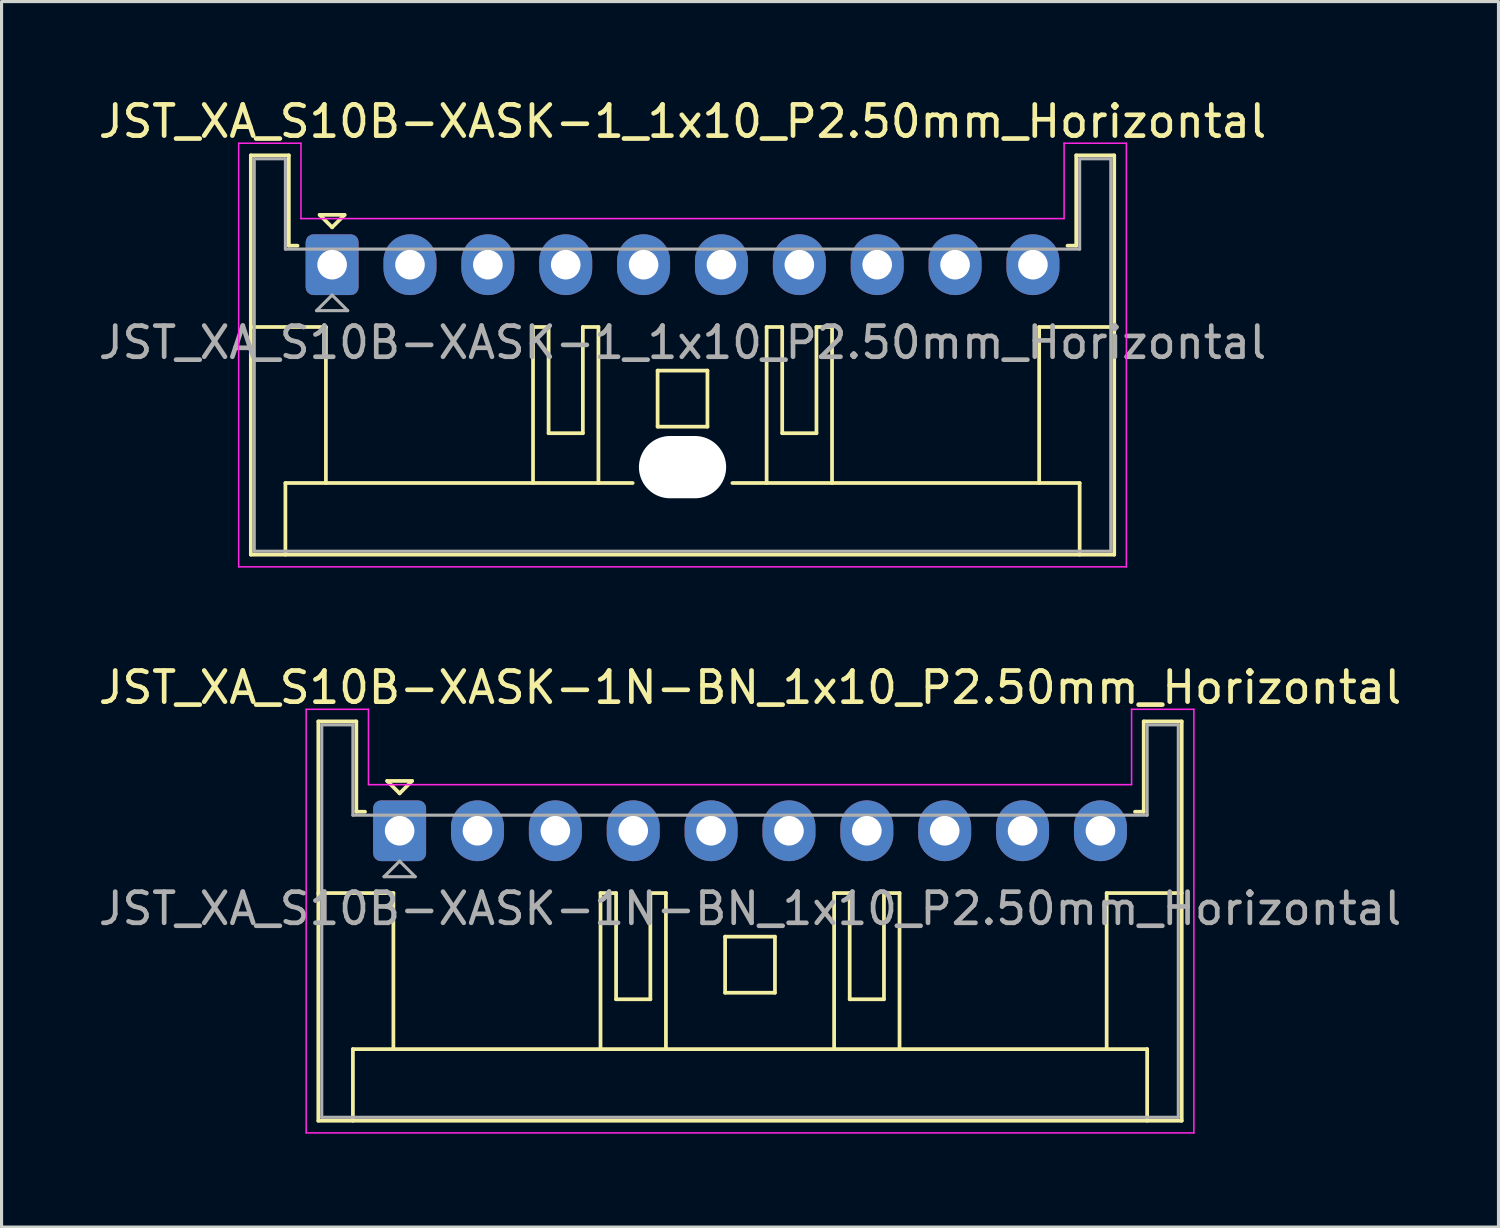
<source format=kicad_pcb>
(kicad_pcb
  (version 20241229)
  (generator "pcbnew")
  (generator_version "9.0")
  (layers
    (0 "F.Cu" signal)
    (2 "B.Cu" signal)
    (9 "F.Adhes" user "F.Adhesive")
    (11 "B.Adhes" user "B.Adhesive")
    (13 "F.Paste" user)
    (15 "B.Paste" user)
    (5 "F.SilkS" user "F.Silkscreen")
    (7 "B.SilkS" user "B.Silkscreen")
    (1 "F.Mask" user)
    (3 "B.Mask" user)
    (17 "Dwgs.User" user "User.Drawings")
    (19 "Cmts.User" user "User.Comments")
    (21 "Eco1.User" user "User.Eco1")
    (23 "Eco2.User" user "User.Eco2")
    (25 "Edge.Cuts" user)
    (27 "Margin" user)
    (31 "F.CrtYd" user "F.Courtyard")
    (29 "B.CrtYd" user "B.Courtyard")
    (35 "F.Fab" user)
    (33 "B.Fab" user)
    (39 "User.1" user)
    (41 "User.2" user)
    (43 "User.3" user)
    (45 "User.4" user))
  (footprint "JST_XA_S10B-XASK-1_1x10_P2.50mm_Horizontal"
    (layer "F.Cu")
    (at 7.613 5.448)
    (property "Reference" "JST_XA_S10B-XASK-1_1x10_P2.50mm_Horizontal" (at 11.25 -4.6 0) (layer "F.SilkS") (effects (font (size 1 1) (thickness 0.15))))
    (attr through_hole)
    (fp_line (start -2.61 -3.51) (end -2.61 9.31) (stroke (width 0.12) (type solid)) (layer "F.SilkS"))
    (fp_line (start -2.61 9.31) (end 25.11 9.31) (stroke (width 0.12) (type solid)) (layer "F.SilkS"))
    (fp_line (start -1.5 7.01) (end 9.65 7.01) (stroke (width 0.12) (type solid)) (layer "F.SilkS"))
    (fp_line (start -1.5 9.31) (end -1.5 7.01) (stroke (width 0.12) (type solid)) (layer "F.SilkS"))
    (fp_line (start -1.39 -3.51) (end -2.61 -3.51) (stroke (width 0.12) (type solid)) (layer "F.SilkS"))
    (fp_line (start -1.39 -0.61) (end -1.39 -3.51) (stroke (width 0.12) (type solid)) (layer "F.SilkS"))
    (fp_line (start -1.11 -0.61) (end -1.39 -0.61) (stroke (width 0.12) (type solid)) (layer "F.SilkS"))
    (fp_line (start -0.4 -1.6) (end 0.4 -1.6) (stroke (width 0.12) (type solid)) (layer "F.SilkS"))
    (fp_line (start -0.2 2) (end -2.61 2) (stroke (width 0.12) (type solid)) (layer "F.SilkS"))
    (fp_line (start -0.2 7.01) (end -0.2 2) (stroke (width 0.12) (type solid)) (layer "F.SilkS"))
    (fp_line (start 0 -1.2) (end -0.4 -1.6) (stroke (width 0.12) (type solid)) (layer "F.SilkS"))
    (fp_line (start 0.4 -1.6) (end 0 -1.2) (stroke (width 0.12) (type solid)) (layer "F.SilkS"))
    (fp_line (start 6.45 2) (end 6.45 7.01) (stroke (width 0.12) (type solid)) (layer "F.SilkS"))
    (fp_line (start 6.95 2) (end 6.45 2) (stroke (width 0.12) (type solid)) (layer "F.SilkS"))
    (fp_line (start 6.95 5.41) (end 6.95 2) (stroke (width 0.12) (type solid)) (layer "F.SilkS"))
    (fp_line (start 8.05 2) (end 8.05 5.41) (stroke (width 0.12) (type solid)) (layer "F.SilkS"))
    (fp_line (start 8.05 5.41) (end 6.95 5.41) (stroke (width 0.12) (type solid)) (layer "F.SilkS"))
    (fp_line (start 8.55 2) (end 8.05 2) (stroke (width 0.12) (type solid)) (layer "F.SilkS"))
    (fp_line (start 8.55 7.01) (end 8.55 2) (stroke (width 0.12) (type solid)) (layer "F.SilkS"))
    (fp_line (start 10.45 3.4) (end 12.05 3.4) (stroke (width 0.12) (type solid)) (layer "F.SilkS"))
    (fp_line (start 10.45 5.2) (end 10.45 3.4) (stroke (width 0.12) (type solid)) (layer "F.SilkS"))
    (fp_line (start 12.05 3.4) (end 12.05 5.2) (stroke (width 0.12) (type solid)) (layer "F.SilkS"))
    (fp_line (start 12.05 5.2) (end 10.45 5.2) (stroke (width 0.12) (type solid)) (layer "F.SilkS"))
    (fp_line (start 12.85 7.01) (end 24 7.01) (stroke (width 0.12) (type solid)) (layer "F.SilkS"))
    (fp_line (start 13.95 2) (end 14.45 2) (stroke (width 0.12) (type solid)) (layer "F.SilkS"))
    (fp_line (start 13.95 7.01) (end 13.95 2) (stroke (width 0.12) (type solid)) (layer "F.SilkS"))
    (fp_line (start 14.45 2) (end 14.45 5.41) (stroke (width 0.12) (type solid)) (layer "F.SilkS"))
    (fp_line (start 14.45 5.41) (end 15.55 5.41) (stroke (width 0.12) (type solid)) (layer "F.SilkS"))
    (fp_line (start 15.55 2) (end 16.05 2) (stroke (width 0.12) (type solid)) (layer "F.SilkS"))
    (fp_line (start 15.55 5.41) (end 15.55 2) (stroke (width 0.12) (type solid)) (layer "F.SilkS"))
    (fp_line (start 16.05 2) (end 16.05 7.01) (stroke (width 0.12) (type solid)) (layer "F.SilkS"))
    (fp_line (start 22.7 2) (end 25.11 2) (stroke (width 0.12) (type solid)) (layer "F.SilkS"))
    (fp_line (start 22.7 7.01) (end 22.7 2) (stroke (width 0.12) (type solid)) (layer "F.SilkS"))
    (fp_line (start 23.89 -3.51) (end 23.89 -0.61) (stroke (width 0.12) (type solid)) (layer "F.SilkS"))
    (fp_line (start 23.89 -0.61) (end 23.61 -0.61) (stroke (width 0.12) (type solid)) (layer "F.SilkS"))
    (fp_line (start 24 7.01) (end 24 9.31) (stroke (width 0.12) (type solid)) (layer "F.SilkS"))
    (fp_line (start 25.11 -3.51) (end 23.89 -3.51) (stroke (width 0.12) (type solid)) (layer "F.SilkS"))
    (fp_line (start 25.11 9.31) (end 25.11 -3.51) (stroke (width 0.12) (type solid)) (layer "F.SilkS"))
    (fp_line (start -3 -3.9) (end -3 9.7) (stroke (width 0.05) (type solid)) (layer "F.CrtYd"))
    (fp_line (start -3 9.7) (end 25.5 9.7) (stroke (width 0.05) (type solid)) (layer "F.CrtYd"))
    (fp_line (start -1 -3.9) (end -3 -3.9) (stroke (width 0.05) (type solid)) (layer "F.CrtYd"))
    (fp_line (start -1 -1.48) (end -1 -3.9) (stroke (width 0.05) (type solid)) (layer "F.CrtYd"))
    (fp_line (start 23.5 -3.9) (end 23.5 -1.48) (stroke (width 0.05) (type solid)) (layer "F.CrtYd"))
    (fp_line (start 23.5 -1.48) (end -1 -1.48) (stroke (width 0.05) (type solid)) (layer "F.CrtYd"))
    (fp_line (start 25.5 -3.9) (end 23.5 -3.9) (stroke (width 0.05) (type solid)) (layer "F.CrtYd"))
    (fp_line (start 25.5 9.7) (end 25.5 -3.9) (stroke (width 0.05) (type solid)) (layer "F.CrtYd"))
    (fp_line (start -2.5 -3.4) (end -2.5 9.2) (stroke (width 0.1) (type solid)) (layer "F.Fab"))
    (fp_line (start -2.5 9.2) (end 25 9.2) (stroke (width 0.1) (type solid)) (layer "F.Fab"))
    (fp_line (start -1.5 -3.4) (end -2.5 -3.4) (stroke (width 0.1) (type solid)) (layer "F.Fab"))
    (fp_line (start -1.5 -0.5) (end -1.5 -3.4) (stroke (width 0.1) (type solid)) (layer "F.Fab"))
    (fp_line (start -0.5 1.475) (end 0.5 1.475) (stroke (width 0.1) (type solid)) (layer "F.Fab"))
    (fp_line (start 0 0.975) (end -0.5 1.475) (stroke (width 0.1) (type solid)) (layer "F.Fab"))
    (fp_line (start 0.5 1.475) (end 0 0.975) (stroke (width 0.1) (type solid)) (layer "F.Fab"))
    (fp_line (start 24 -3.4) (end 24 -0.5) (stroke (width 0.1) (type solid)) (layer "F.Fab"))
    (fp_line (start 24 -0.5) (end -1.5 -0.5) (stroke (width 0.1) (type solid)) (layer "F.Fab"))
    (fp_line (start 25 -3.4) (end 24 -3.4) (stroke (width 0.1) (type solid)) (layer "F.Fab"))
    (fp_line (start 25 9.2) (end 25 -3.4) (stroke (width 0.1) (type solid)) (layer "F.Fab"))
    (fp_text user "${REFERENCE}" (at 11.25 2.5 0) (layer "F.Fab") (effects (font (size 1 1) (thickness 0.15))))
    (pad "" np_thru_hole oval (at 11.25 6.5) (size 2.8 2) (drill oval 2.8 2) (layers "*.Cu" "*.Mask"))
    (pad "1" thru_hole roundrect (at 0 0) (size 1.7 1.95) (drill 0.95) (layers "*.Cu" "*.Mask") (roundrect_rratio 0.147))
    (pad "2" thru_hole oval (at 2.5 0) (size 1.7 1.95) (drill 0.95) (layers "*.Cu" "*.Mask"))
    (pad "3" thru_hole oval (at 5 0) (size 1.7 1.95) (drill 0.95) (layers "*.Cu" "*.Mask"))
    (pad "4" thru_hole oval (at 7.5 0) (size 1.7 1.95) (drill 0.95) (layers "*.Cu" "*.Mask"))
    (pad "5" thru_hole oval (at 10 0) (size 1.7 1.95) (drill 0.95) (layers "*.Cu" "*.Mask"))
    (pad "6" thru_hole oval (at 12.5 0) (size 1.7 1.95) (drill 0.95) (layers "*.Cu" "*.Mask"))
    (pad "7" thru_hole oval (at 15 0) (size 1.7 1.95) (drill 0.95) (layers "*.Cu" "*.Mask"))
    (pad "8" thru_hole oval (at 17.5 0) (size 1.7 1.95) (drill 0.95) (layers "*.Cu" "*.Mask"))
    (pad "9" thru_hole oval (at 20 0) (size 1.7 1.95) (drill 0.95) (layers "*.Cu" "*.Mask"))
    (pad "10" thru_hole oval (at 22.5 0) (size 1.7 1.95) (drill 0.95) (layers "*.Cu" "*.Mask")))
  (footprint "JST_XA_S10B-XASK-1N-BN_1x10_P2.50mm_Horizontal"
    (layer "F.Cu")
    (at 9.78 23.622)
    (property "Reference" "JST_XA_S10B-XASK-1N-BN_1x10_P2.50mm_Horizontal" (at 11.25 -4.6 0) (layer "F.SilkS") (effects (font (size 1 1) (thickness 0.15))))
    (attr through_hole)
    (fp_line (start -2.61 -3.51) (end -2.61 9.31) (stroke (width 0.12) (type solid)) (layer "F.SilkS"))
    (fp_line (start -2.61 9.31) (end 25.11 9.31) (stroke (width 0.12) (type solid)) (layer "F.SilkS"))
    (fp_line (start -1.5 7.01) (end 24 7.01) (stroke (width 0.12) (type solid)) (layer "F.SilkS"))
    (fp_line (start -1.5 9.31) (end -1.5 7.01) (stroke (width 0.12) (type solid)) (layer "F.SilkS"))
    (fp_line (start -1.39 -3.51) (end -2.61 -3.51) (stroke (width 0.12) (type solid)) (layer "F.SilkS"))
    (fp_line (start -1.39 -0.61) (end -1.39 -3.51) (stroke (width 0.12) (type solid)) (layer "F.SilkS"))
    (fp_line (start -1.11 -0.61) (end -1.39 -0.61) (stroke (width 0.12) (type solid)) (layer "F.SilkS"))
    (fp_line (start -0.4 -1.6) (end 0.4 -1.6) (stroke (width 0.12) (type solid)) (layer "F.SilkS"))
    (fp_line (start -0.2 2) (end -2.61 2) (stroke (width 0.12) (type solid)) (layer "F.SilkS"))
    (fp_line (start -0.2 7.01) (end -0.2 2) (stroke (width 0.12) (type solid)) (layer "F.SilkS"))
    (fp_line (start 0 -1.2) (end -0.4 -1.6) (stroke (width 0.12) (type solid)) (layer "F.SilkS"))
    (fp_line (start 0.4 -1.6) (end 0 -1.2) (stroke (width 0.12) (type solid)) (layer "F.SilkS"))
    (fp_line (start 6.45 2) (end 6.45 7.01) (stroke (width 0.12) (type solid)) (layer "F.SilkS"))
    (fp_line (start 6.95 2) (end 6.45 2) (stroke (width 0.12) (type solid)) (layer "F.SilkS"))
    (fp_line (start 6.95 5.41) (end 6.95 2) (stroke (width 0.12) (type solid)) (layer "F.SilkS"))
    (fp_line (start 8.05 2) (end 8.05 5.41) (stroke (width 0.12) (type solid)) (layer "F.SilkS"))
    (fp_line (start 8.05 5.41) (end 6.95 5.41) (stroke (width 0.12) (type solid)) (layer "F.SilkS"))
    (fp_line (start 8.55 2) (end 8.05 2) (stroke (width 0.12) (type solid)) (layer "F.SilkS"))
    (fp_line (start 8.55 7.01) (end 8.55 2) (stroke (width 0.12) (type solid)) (layer "F.SilkS"))
    (fp_line (start 10.45 3.4) (end 12.05 3.4) (stroke (width 0.12) (type solid)) (layer "F.SilkS"))
    (fp_line (start 10.45 5.2) (end 10.45 3.4) (stroke (width 0.12) (type solid)) (layer "F.SilkS"))
    (fp_line (start 12.05 3.4) (end 12.05 5.2) (stroke (width 0.12) (type solid)) (layer "F.SilkS"))
    (fp_line (start 12.05 5.2) (end 10.45 5.2) (stroke (width 0.12) (type solid)) (layer "F.SilkS"))
    (fp_line (start 13.95 2) (end 14.45 2) (stroke (width 0.12) (type solid)) (layer "F.SilkS"))
    (fp_line (start 13.95 7.01) (end 13.95 2) (stroke (width 0.12) (type solid)) (layer "F.SilkS"))
    (fp_line (start 14.45 2) (end 14.45 5.41) (stroke (width 0.12) (type solid)) (layer "F.SilkS"))
    (fp_line (start 14.45 5.41) (end 15.55 5.41) (stroke (width 0.12) (type solid)) (layer "F.SilkS"))
    (fp_line (start 15.55 2) (end 16.05 2) (stroke (width 0.12) (type solid)) (layer "F.SilkS"))
    (fp_line (start 15.55 5.41) (end 15.55 2) (stroke (width 0.12) (type solid)) (layer "F.SilkS"))
    (fp_line (start 16.05 2) (end 16.05 7.01) (stroke (width 0.12) (type solid)) (layer "F.SilkS"))
    (fp_line (start 22.7 2) (end 25.11 2) (stroke (width 0.12) (type solid)) (layer "F.SilkS"))
    (fp_line (start 22.7 7.01) (end 22.7 2) (stroke (width 0.12) (type solid)) (layer "F.SilkS"))
    (fp_line (start 23.89 -3.51) (end 23.89 -0.61) (stroke (width 0.12) (type solid)) (layer "F.SilkS"))
    (fp_line (start 23.89 -0.61) (end 23.61 -0.61) (stroke (width 0.12) (type solid)) (layer "F.SilkS"))
    (fp_line (start 24 7.01) (end 24 9.31) (stroke (width 0.12) (type solid)) (layer "F.SilkS"))
    (fp_line (start 25.11 -3.51) (end 23.89 -3.51) (stroke (width 0.12) (type solid)) (layer "F.SilkS"))
    (fp_line (start 25.11 9.31) (end 25.11 -3.51) (stroke (width 0.12) (type solid)) (layer "F.SilkS"))
    (fp_line (start -3 -3.9) (end -3 9.7) (stroke (width 0.05) (type solid)) (layer "F.CrtYd"))
    (fp_line (start -3 9.7) (end 25.5 9.7) (stroke (width 0.05) (type solid)) (layer "F.CrtYd"))
    (fp_line (start -1 -3.9) (end -3 -3.9) (stroke (width 0.05) (type solid)) (layer "F.CrtYd"))
    (fp_line (start -1 -1.48) (end -1 -3.9) (stroke (width 0.05) (type solid)) (layer "F.CrtYd"))
    (fp_line (start 23.5 -3.9) (end 23.5 -1.48) (stroke (width 0.05) (type solid)) (layer "F.CrtYd"))
    (fp_line (start 23.5 -1.48) (end -1 -1.48) (stroke (width 0.05) (type solid)) (layer "F.CrtYd"))
    (fp_line (start 25.5 -3.9) (end 23.5 -3.9) (stroke (width 0.05) (type solid)) (layer "F.CrtYd"))
    (fp_line (start 25.5 9.7) (end 25.5 -3.9) (stroke (width 0.05) (type solid)) (layer "F.CrtYd"))
    (fp_line (start -2.5 -3.4) (end -2.5 9.2) (stroke (width 0.1) (type solid)) (layer "F.Fab"))
    (fp_line (start -2.5 9.2) (end 25 9.2) (stroke (width 0.1) (type solid)) (layer "F.Fab"))
    (fp_line (start -1.5 -3.4) (end -2.5 -3.4) (stroke (width 0.1) (type solid)) (layer "F.Fab"))
    (fp_line (start -1.5 -0.5) (end -1.5 -3.4) (stroke (width 0.1) (type solid)) (layer "F.Fab"))
    (fp_line (start -0.5 1.475) (end 0.5 1.475) (stroke (width 0.1) (type solid)) (layer "F.Fab"))
    (fp_line (start 0 0.975) (end -0.5 1.475) (stroke (width 0.1) (type solid)) (layer "F.Fab"))
    (fp_line (start 0.5 1.475) (end 0 0.975) (stroke (width 0.1) (type solid)) (layer "F.Fab"))
    (fp_line (start 24 -3.4) (end 24 -0.5) (stroke (width 0.1) (type solid)) (layer "F.Fab"))
    (fp_line (start 24 -0.5) (end -1.5 -0.5) (stroke (width 0.1) (type solid)) (layer "F.Fab"))
    (fp_line (start 25 -3.4) (end 24 -3.4) (stroke (width 0.1) (type solid)) (layer "F.Fab"))
    (fp_line (start 25 9.2) (end 25 -3.4) (stroke (width 0.1) (type solid)) (layer "F.Fab"))
    (fp_text user "${REFERENCE}" (at 11.25 2.5 0) (layer "F.Fab") (effects (font (size 1 1) (thickness 0.15))))
    (pad "1" thru_hole roundrect (at 0 0) (size 1.7 1.95) (drill 0.95) (layers "*.Cu" "*.Mask") (roundrect_rratio 0.147))
    (pad "2" thru_hole oval (at 2.5 0) (size 1.7 1.95) (drill 0.95) (layers "*.Cu" "*.Mask"))
    (pad "3" thru_hole oval (at 5 0) (size 1.7 1.95) (drill 0.95) (layers "*.Cu" "*.Mask"))
    (pad "4" thru_hole oval (at 7.5 0) (size 1.7 1.95) (drill 0.95) (layers "*.Cu" "*.Mask"))
    (pad "5" thru_hole oval (at 10 0) (size 1.7 1.95) (drill 0.95) (layers "*.Cu" "*.Mask"))
    (pad "6" thru_hole oval (at 12.5 0) (size 1.7 1.95) (drill 0.95) (layers "*.Cu" "*.Mask"))
    (pad "7" thru_hole oval (at 15 0) (size 1.7 1.95) (drill 0.95) (layers "*.Cu" "*.Mask"))
    (pad "8" thru_hole oval (at 17.5 0) (size 1.7 1.95) (drill 0.95) (layers "*.Cu" "*.Mask"))
    (pad "9" thru_hole oval (at 20 0) (size 1.7 1.95) (drill 0.95) (layers "*.Cu" "*.Mask"))
    (pad "10" thru_hole oval (at 22.5 0) (size 1.7 1.95) (drill 0.95) (layers "*.Cu" "*.Mask")))
  (gr_rect
    (start -3 -3)
    (end 45.06 36.346)
    (stroke (width 0.1) (type default))
    (fill no)
    (layer "Edge.Cuts")))
</source>
